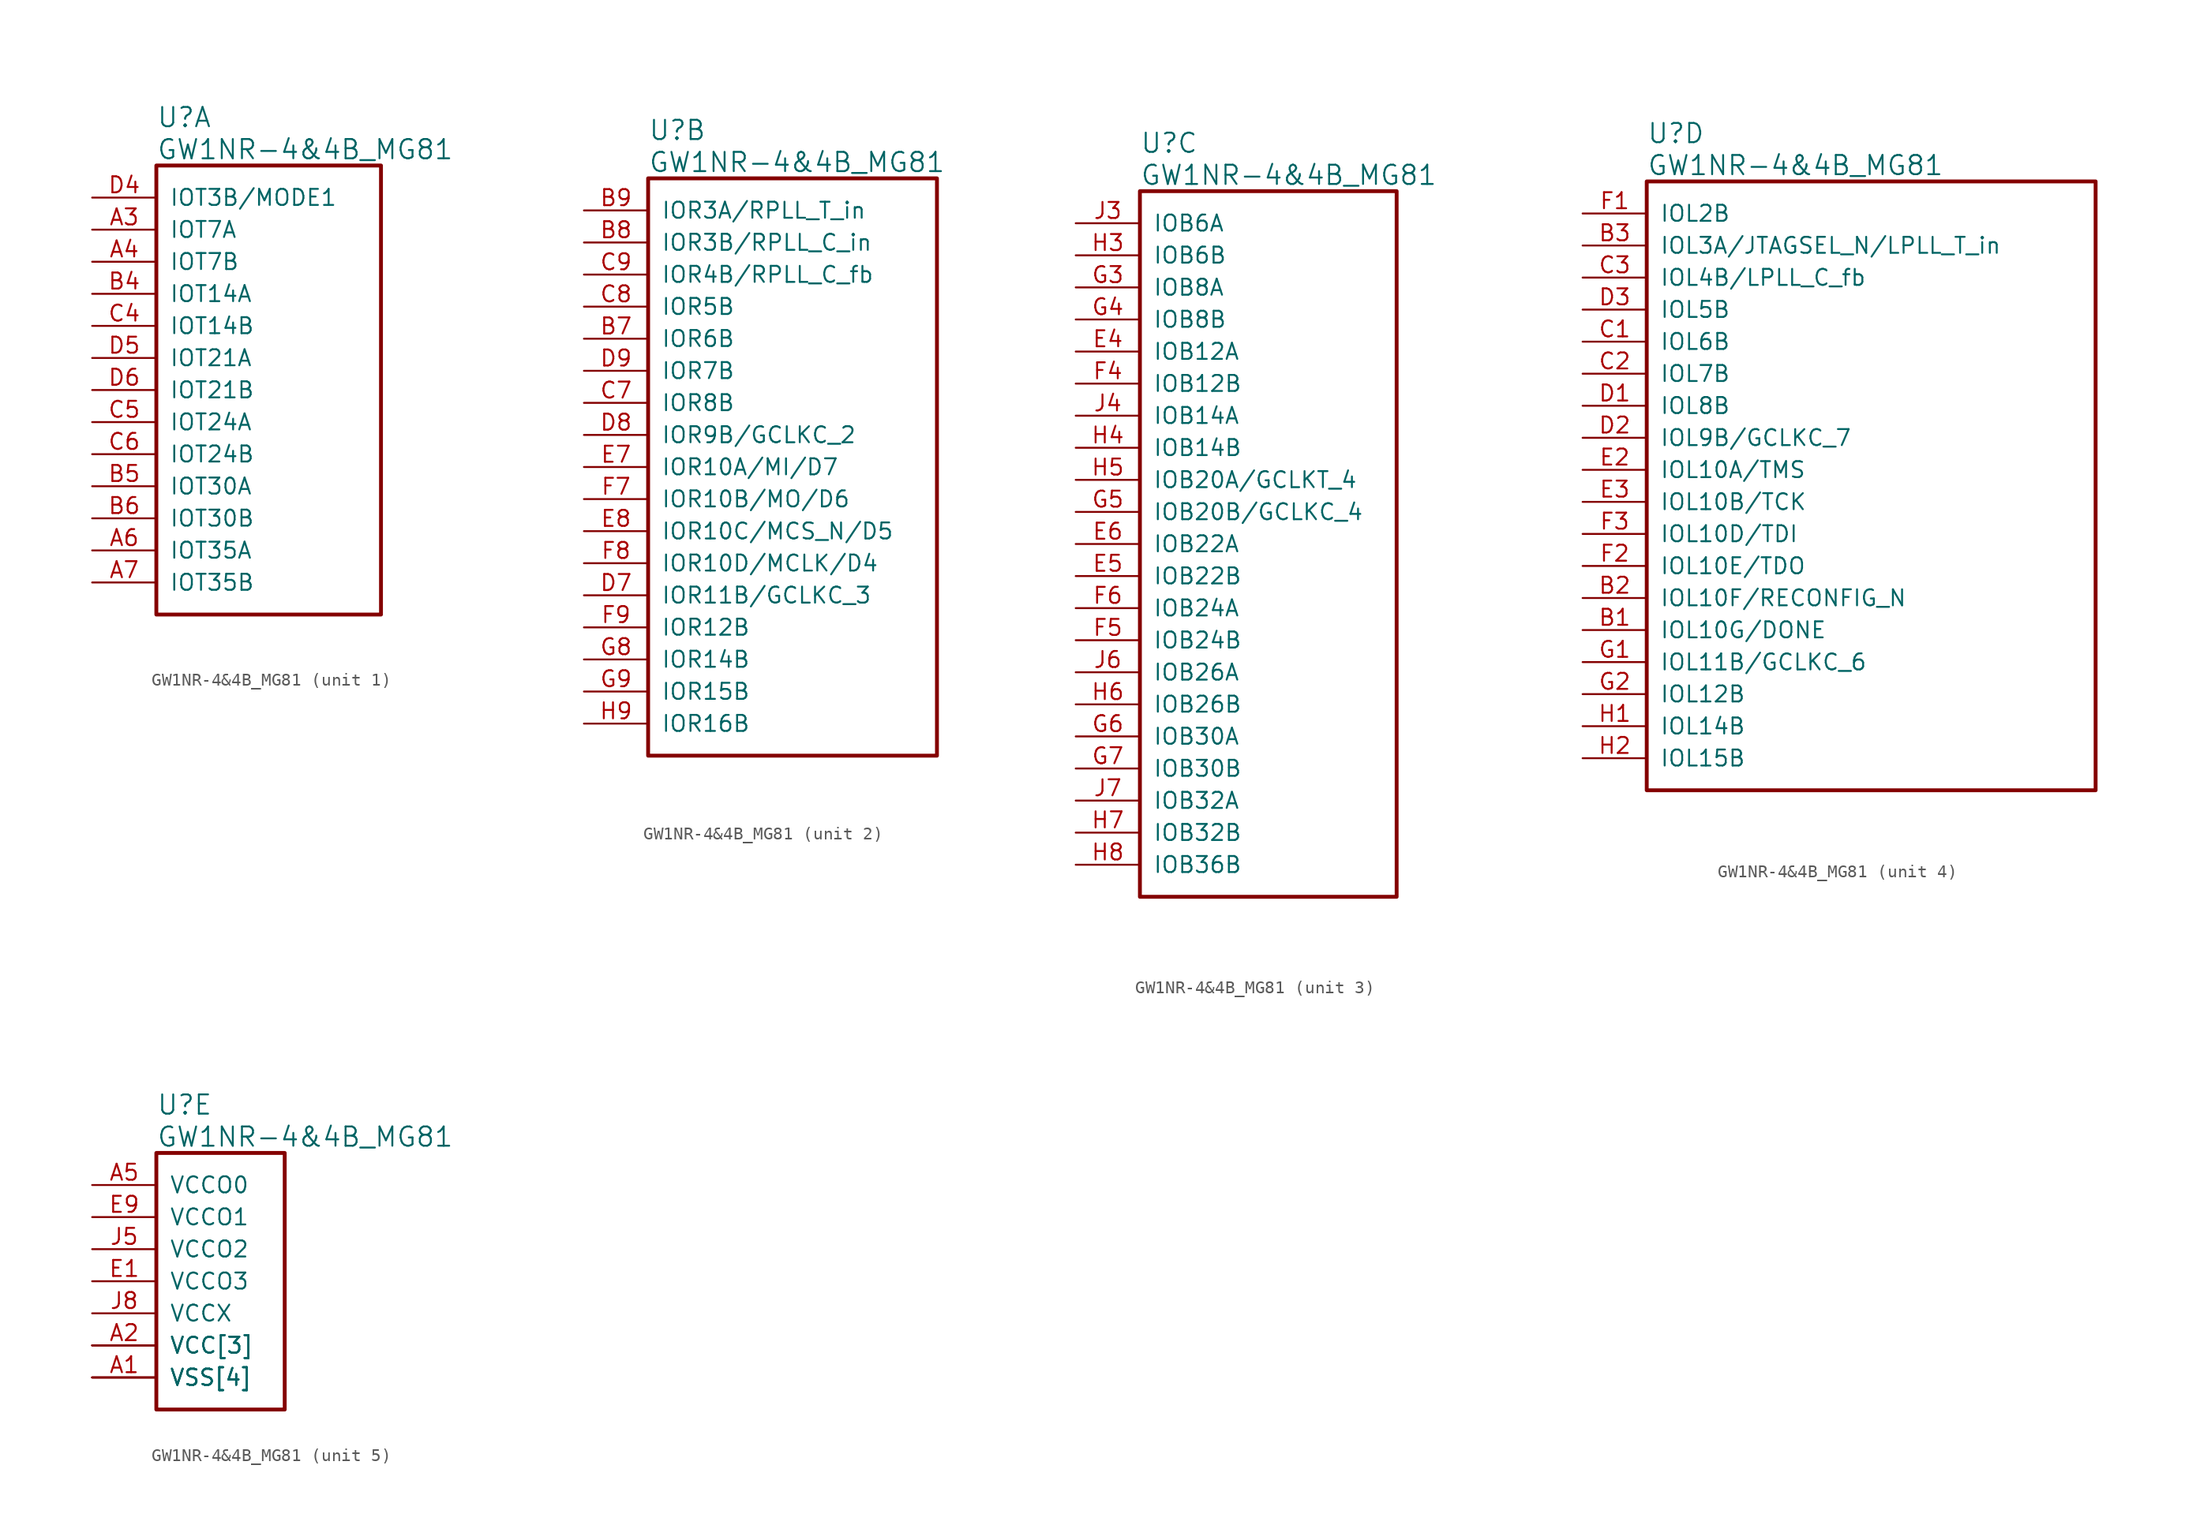
<source format=kicad_sym>
(kicad_symbol_lib
  (version 20220914)
  (generator kicad_symbol_editor)
  (symbol "GW1NR-4&4B_MG81"
    (pin_names
      (offset 1.016))
    (property "Reference" "U"
      (at 5.08 6.35 0)
      (effects (font (size 1.524 1.524)) (justify left)))
    (property "Value" "GW1NR-4&4B_MG81"
      (at 5.08 3.81 0)
      (effects (font (size 1.524 1.524)) (justify left)))
    (property "ki_locked" ""
      (at 0 0 0)
      (effects (font (size 1.27 1.27))))
    (symbol "GW1NR-4&4B_MG81_1_1"
      (rectangle (start 5.08 2.54) (end 22.86 -33.02) (stroke (width 0.305) (type solid)) (fill (type none)))
      (pin bidirectional line (at 0 -2.54 0) (length 5.08) (name "IOT7A" (effects (font (size 1.27 1.27)))) (number "A3" (effects (font (size 1.27 1.27)))))
      (pin bidirectional line (at 0 -5.08 0) (length 5.08) (name "IOT7B" (effects (font (size 1.27 1.27)))) (number "A4" (effects (font (size 1.27 1.27)))))
      (pin bidirectional line (at 0 -27.94 0) (length 5.08) (name "IOT35A" (effects (font (size 1.27 1.27)))) (number "A6" (effects (font (size 1.27 1.27)))))
      (pin bidirectional line (at 0 -30.48 0) (length 5.08) (name "IOT35B" (effects (font (size 1.27 1.27)))) (number "A7" (effects (font (size 1.27 1.27)))))
      (pin bidirectional line (at 0 -7.62 0) (length 5.08) (name "IOT14A" (effects (font (size 1.27 1.27)))) (number "B4" (effects (font (size 1.27 1.27)))))
      (pin bidirectional line (at 0 -22.86 0) (length 5.08) (name "IOT30A" (effects (font (size 1.27 1.27)))) (number "B5" (effects (font (size 1.27 1.27)))))
      (pin bidirectional line (at 0 -25.4 0) (length 5.08) (name "IOT30B" (effects (font (size 1.27 1.27)))) (number "B6" (effects (font (size 1.27 1.27)))))
      (pin bidirectional line (at 0 -10.16 0) (length 5.08) (name "IOT14B" (effects (font (size 1.27 1.27)))) (number "C4" (effects (font (size 1.27 1.27)))))
      (pin bidirectional line (at 0 -17.78 0) (length 5.08) (name "IOT24A" (effects (font (size 1.27 1.27)))) (number "C5" (effects (font (size 1.27 1.27)))))
      (pin bidirectional line (at 0 -20.32 0) (length 5.08) (name "IOT24B" (effects (font (size 1.27 1.27)))) (number "C6" (effects (font (size 1.27 1.27)))))
      (pin bidirectional line (at 0 0 0) (length 5.08) (name "IOT3B/MODE1" (effects (font (size 1.27 1.27)))) (number "D4" (effects (font (size 1.27 1.27)))))
      (pin bidirectional line (at 0 -12.7 0) (length 5.08) (name "IOT21A" (effects (font (size 1.27 1.27)))) (number "D5" (effects (font (size 1.27 1.27)))))
      (pin bidirectional line (at 0 -15.24 0) (length 5.08) (name "IOT21B" (effects (font (size 1.27 1.27)))) (number "D6" (effects (font (size 1.27 1.27))))))
    (symbol "GW1NR-4&4B_MG81_2_1"
      (rectangle (start 5.08 2.54) (end 27.94 -43.18) (stroke (width 0.305) (type solid)) (fill (type none)))
      (pin bidirectional line (at 0 -10.16 0) (length 5.08) (name "IOR6B" (effects (font (size 1.27 1.27)))) (number "B7" (effects (font (size 1.27 1.27)))))
      (pin bidirectional line (at 0 -2.54 0) (length 5.08) (name "IOR3B/RPLL_C_in" (effects (font (size 1.27 1.27)))) (number "B8" (effects (font (size 1.27 1.27)))))
      (pin bidirectional line (at 0 0 0) (length 5.08) (name "IOR3A/RPLL_T_in" (effects (font (size 1.27 1.27)))) (number "B9" (effects (font (size 1.27 1.27)))))
      (pin bidirectional line (at 0 -15.24 0) (length 5.08) (name "IOR8B" (effects (font (size 1.27 1.27)))) (number "C7" (effects (font (size 1.27 1.27)))))
      (pin bidirectional line (at 0 -7.62 0) (length 5.08) (name "IOR5B" (effects (font (size 1.27 1.27)))) (number "C8" (effects (font (size 1.27 1.27)))))
      (pin bidirectional line (at 0 -5.08 0) (length 5.08) (name "IOR4B/RPLL_C_fb" (effects (font (size 1.27 1.27)))) (number "C9" (effects (font (size 1.27 1.27)))))
      (pin bidirectional line (at 0 -30.48 0) (length 5.08) (name "IOR11B/GCLKC_3" (effects (font (size 1.27 1.27)))) (number "D7" (effects (font (size 1.27 1.27)))))
      (pin bidirectional line (at 0 -17.78 0) (length 5.08) (name "IOR9B/GCLKC_2" (effects (font (size 1.27 1.27)))) (number "D8" (effects (font (size 1.27 1.27)))))
      (pin bidirectional line (at 0 -12.7 0) (length 5.08) (name "IOR7B" (effects (font (size 1.27 1.27)))) (number "D9" (effects (font (size 1.27 1.27)))))
      (pin bidirectional line (at 0 -20.32 0) (length 5.08) (name "IOR10A/MI/D7" (effects (font (size 1.27 1.27)))) (number "E7" (effects (font (size 1.27 1.27)))))
      (pin bidirectional line (at 0 -25.4 0) (length 5.08) (name "IOR10C/MCS_N/D5" (effects (font (size 1.27 1.27)))) (number "E8" (effects (font (size 1.27 1.27)))))
      (pin bidirectional line (at 0 -22.86 0) (length 5.08) (name "IOR10B/MO/D6" (effects (font (size 1.27 1.27)))) (number "F7" (effects (font (size 1.27 1.27)))))
      (pin bidirectional line (at 0 -27.94 0) (length 5.08) (name "IOR10D/MCLK/D4" (effects (font (size 1.27 1.27)))) (number "F8" (effects (font (size 1.27 1.27)))))
      (pin bidirectional line (at 0 -33.02 0) (length 5.08) (name "IOR12B" (effects (font (size 1.27 1.27)))) (number "F9" (effects (font (size 1.27 1.27)))))
      (pin bidirectional line (at 0 -35.56 0) (length 5.08) (name "IOR14B" (effects (font (size 1.27 1.27)))) (number "G8" (effects (font (size 1.27 1.27)))))
      (pin bidirectional line (at 0 -38.1 0) (length 5.08) (name "IOR15B" (effects (font (size 1.27 1.27)))) (number "G9" (effects (font (size 1.27 1.27)))))
      (pin bidirectional line (at 0 -40.64 0) (length 5.08) (name "IOR16B" (effects (font (size 1.27 1.27)))) (number "H9" (effects (font (size 1.27 1.27))))))
    (symbol "GW1NR-4&4B_MG81_3_1"
      (rectangle (start 5.08 2.54) (end 25.4 -53.34) (stroke (width 0.305) (type solid)) (fill (type none)))
      (pin bidirectional line (at 0 -10.16 0) (length 5.08) (name "IOB12A" (effects (font (size 1.27 1.27)))) (number "E4" (effects (font (size 1.27 1.27)))))
      (pin bidirectional line (at 0 -27.94 0) (length 5.08) (name "IOB22B" (effects (font (size 1.27 1.27)))) (number "E5" (effects (font (size 1.27 1.27)))))
      (pin bidirectional line (at 0 -25.4 0) (length 5.08) (name "IOB22A" (effects (font (size 1.27 1.27)))) (number "E6" (effects (font (size 1.27 1.27)))))
      (pin bidirectional line (at 0 -12.7 0) (length 5.08) (name "IOB12B" (effects (font (size 1.27 1.27)))) (number "F4" (effects (font (size 1.27 1.27)))))
      (pin bidirectional line (at 0 -33.02 0) (length 5.08) (name "IOB24B" (effects (font (size 1.27 1.27)))) (number "F5" (effects (font (size 1.27 1.27)))))
      (pin bidirectional line (at 0 -30.48 0) (length 5.08) (name "IOB24A" (effects (font (size 1.27 1.27)))) (number "F6" (effects (font (size 1.27 1.27)))))
      (pin bidirectional line (at 0 -5.08 0) (length 5.08) (name "IOB8A" (effects (font (size 1.27 1.27)))) (number "G3" (effects (font (size 1.27 1.27)))))
      (pin bidirectional line (at 0 -7.62 0) (length 5.08) (name "IOB8B" (effects (font (size 1.27 1.27)))) (number "G4" (effects (font (size 1.27 1.27)))))
      (pin bidirectional line (at 0 -22.86 0) (length 5.08) (name "IOB20B/GCLKC_4" (effects (font (size 1.27 1.27)))) (number "G5" (effects (font (size 1.27 1.27)))))
      (pin bidirectional line (at 0 -40.64 0) (length 5.08) (name "IOB30A" (effects (font (size 1.27 1.27)))) (number "G6" (effects (font (size 1.27 1.27)))))
      (pin bidirectional line (at 0 -43.18 0) (length 5.08) (name "IOB30B" (effects (font (size 1.27 1.27)))) (number "G7" (effects (font (size 1.27 1.27)))))
      (pin bidirectional line (at 0 -2.54 0) (length 5.08) (name "IOB6B" (effects (font (size 1.27 1.27)))) (number "H3" (effects (font (size 1.27 1.27)))))
      (pin bidirectional line (at 0 -17.78 0) (length 5.08) (name "IOB14B" (effects (font (size 1.27 1.27)))) (number "H4" (effects (font (size 1.27 1.27)))))
      (pin bidirectional line (at 0 -20.32 0) (length 5.08) (name "IOB20A/GCLKT_4" (effects (font (size 1.27 1.27)))) (number "H5" (effects (font (size 1.27 1.27)))))
      (pin bidirectional line (at 0 -38.1 0) (length 5.08) (name "IOB26B" (effects (font (size 1.27 1.27)))) (number "H6" (effects (font (size 1.27 1.27)))))
      (pin bidirectional line (at 0 -48.26 0) (length 5.08) (name "IOB32B" (effects (font (size 1.27 1.27)))) (number "H7" (effects (font (size 1.27 1.27)))))
      (pin bidirectional line (at 0 -50.8 0) (length 5.08) (name "IOB36B" (effects (font (size 1.27 1.27)))) (number "H8" (effects (font (size 1.27 1.27)))))
      (pin bidirectional line (at 0 0 0) (length 5.08) (name "IOB6A" (effects (font (size 1.27 1.27)))) (number "J3" (effects (font (size 1.27 1.27)))))
      (pin bidirectional line (at 0 -15.24 0) (length 5.08) (name "IOB14A" (effects (font (size 1.27 1.27)))) (number "J4" (effects (font (size 1.27 1.27)))))
      (pin bidirectional line (at 0 -35.56 0) (length 5.08) (name "IOB26A" (effects (font (size 1.27 1.27)))) (number "J6" (effects (font (size 1.27 1.27)))))
      (pin bidirectional line (at 0 -45.72 0) (length 5.08) (name "IOB32A" (effects (font (size 1.27 1.27)))) (number "J7" (effects (font (size 1.27 1.27))))))
    (symbol "GW1NR-4&4B_MG81_4_1"
      (rectangle (start 5.08 2.54) (end 40.64 -45.72) (stroke (width 0.305) (type solid)) (fill (type none)))
      (pin bidirectional line (at 0 -33.02 0) (length 5.08) (name "IOL10G/DONE" (effects (font (size 1.27 1.27)))) (number "B1" (effects (font (size 1.27 1.27)))))
      (pin bidirectional line (at 0 -30.48 0) (length 5.08) (name "IOL10F/RECONFIG_N" (effects (font (size 1.27 1.27)))) (number "B2" (effects (font (size 1.27 1.27)))))
      (pin bidirectional line (at 0 -2.54 0) (length 5.08) (name "IOL3A/JTAGSEL_N/LPLL_T_in" (effects (font (size 1.27 1.27)))) (number "B3" (effects (font (size 1.27 1.27)))))
      (pin bidirectional line (at 0 -10.16 0) (length 5.08) (name "IOL6B" (effects (font (size 1.27 1.27)))) (number "C1" (effects (font (size 1.27 1.27)))))
      (pin bidirectional line (at 0 -12.7 0) (length 5.08) (name "IOL7B" (effects (font (size 1.27 1.27)))) (number "C2" (effects (font (size 1.27 1.27)))))
      (pin bidirectional line (at 0 -5.08 0) (length 5.08) (name "IOL4B/LPLL_C_fb" (effects (font (size 1.27 1.27)))) (number "C3" (effects (font (size 1.27 1.27)))))
      (pin bidirectional line (at 0 -15.24 0) (length 5.08) (name "IOL8B" (effects (font (size 1.27 1.27)))) (number "D1" (effects (font (size 1.27 1.27)))))
      (pin bidirectional line (at 0 -17.78 0) (length 5.08) (name "IOL9B/GCLKC_7" (effects (font (size 1.27 1.27)))) (number "D2" (effects (font (size 1.27 1.27)))))
      (pin bidirectional line (at 0 -7.62 0) (length 5.08) (name "IOL5B" (effects (font (size 1.27 1.27)))) (number "D3" (effects (font (size 1.27 1.27)))))
      (pin bidirectional line (at 0 -20.32 0) (length 5.08) (name "IOL10A/TMS" (effects (font (size 1.27 1.27)))) (number "E2" (effects (font (size 1.27 1.27)))))
      (pin bidirectional line (at 0 -22.86 0) (length 5.08) (name "IOL10B/TCK" (effects (font (size 1.27 1.27)))) (number "E3" (effects (font (size 1.27 1.27)))))
      (pin bidirectional line (at 0 0 0) (length 5.08) (name "IOL2B" (effects (font (size 1.27 1.27)))) (number "F1" (effects (font (size 1.27 1.27)))))
      (pin bidirectional line (at 0 -27.94 0) (length 5.08) (name "IOL10E/TDO" (effects (font (size 1.27 1.27)))) (number "F2" (effects (font (size 1.27 1.27)))))
      (pin bidirectional line (at 0 -25.4 0) (length 5.08) (name "IOL10D/TDI" (effects (font (size 1.27 1.27)))) (number "F3" (effects (font (size 1.27 1.27)))))
      (pin bidirectional line (at 0 -35.56 0) (length 5.08) (name "IOL11B/GCLKC_6" (effects (font (size 1.27 1.27)))) (number "G1" (effects (font (size 1.27 1.27)))))
      (pin bidirectional line (at 0 -38.1 0) (length 5.08) (name "IOL12B" (effects (font (size 1.27 1.27)))) (number "G2" (effects (font (size 1.27 1.27)))))
      (pin bidirectional line (at 0 -40.64 0) (length 5.08) (name "IOL14B" (effects (font (size 1.27 1.27)))) (number "H1" (effects (font (size 1.27 1.27)))))
      (pin bidirectional line (at 0 -43.18 0) (length 5.08) (name "IOL15B" (effects (font (size 1.27 1.27)))) (number "H2" (effects (font (size 1.27 1.27))))))
    (symbol "GW1NR-4&4B_MG81_5_1"
      (rectangle (start 5.08 2.54) (end 15.24 -17.78) (stroke (width 0.305) (type solid)) (fill (type none)))
      (pin power_in line (at 0 -15.24 0) (length 5.08) (name "VSS[4]" (effects (font (size 1.27 1.27)))) (number "A1" (effects (font (size 1.27 1.27)))))
      (pin power_in line (at 0 -12.7 0) (length 5.08) (name "VCC[3]" (effects (font (size 1.27 1.27)))) (number "A2" (effects (font (size 1.27 1.27)))))
      (pin power_in line (at 0 0 0) (length 5.08) (name "VCCO0" (effects (font (size 1.27 1.27)))) (number "A5" (effects (font (size 1.27 1.27)))))
      (pin power_in line (at 0 -12.7 0) (length 5.08) (name "VCC[3]" (effects (font (size 1.27 1.27)))) (number "A8" (effects (font (size 0 0)))))
      (pin power_in line (at 0 -15.24 0) (length 5.08) (name "VSS[4]" (effects (font (size 1.27 1.27)))) (number "A9" (effects (font (size 0 0)))))
      (pin power_in line (at 0 -7.62 0) (length 5.08) (name "VCCO3" (effects (font (size 1.27 1.27)))) (number "E1" (effects (font (size 1.27 1.27)))))
      (pin power_in line (at 0 -2.54 0) (length 5.08) (name "VCCO1" (effects (font (size 1.27 1.27)))) (number "E9" (effects (font (size 1.27 1.27)))))
      (pin power_in line (at 0 -15.24 0) (length 5.08) (name "VSS[4]" (effects (font (size 1.27 1.27)))) (number "J1" (effects (font (size 0 0)))))
      (pin power_in line (at 0 -12.7 0) (length 5.08) (name "VCC[3]" (effects (font (size 1.27 1.27)))) (number "J2" (effects (font (size 0 0)))))
      (pin power_in line (at 0 -5.08 0) (length 5.08) (name "VCCO2" (effects (font (size 1.27 1.27)))) (number "J5" (effects (font (size 1.27 1.27)))))
      (pin power_in line (at 0 -10.16 0) (length 5.08) (name "VCCX" (effects (font (size 1.27 1.27)))) (number "J8" (effects (font (size 1.27 1.27)))))
      (pin power_in line (at 0 -15.24 0) (length 5.08) (name "VSS[4]" (effects (font (size 1.27 1.27)))) (number "J9" (effects (font (size 0 0))))))))
</source>
